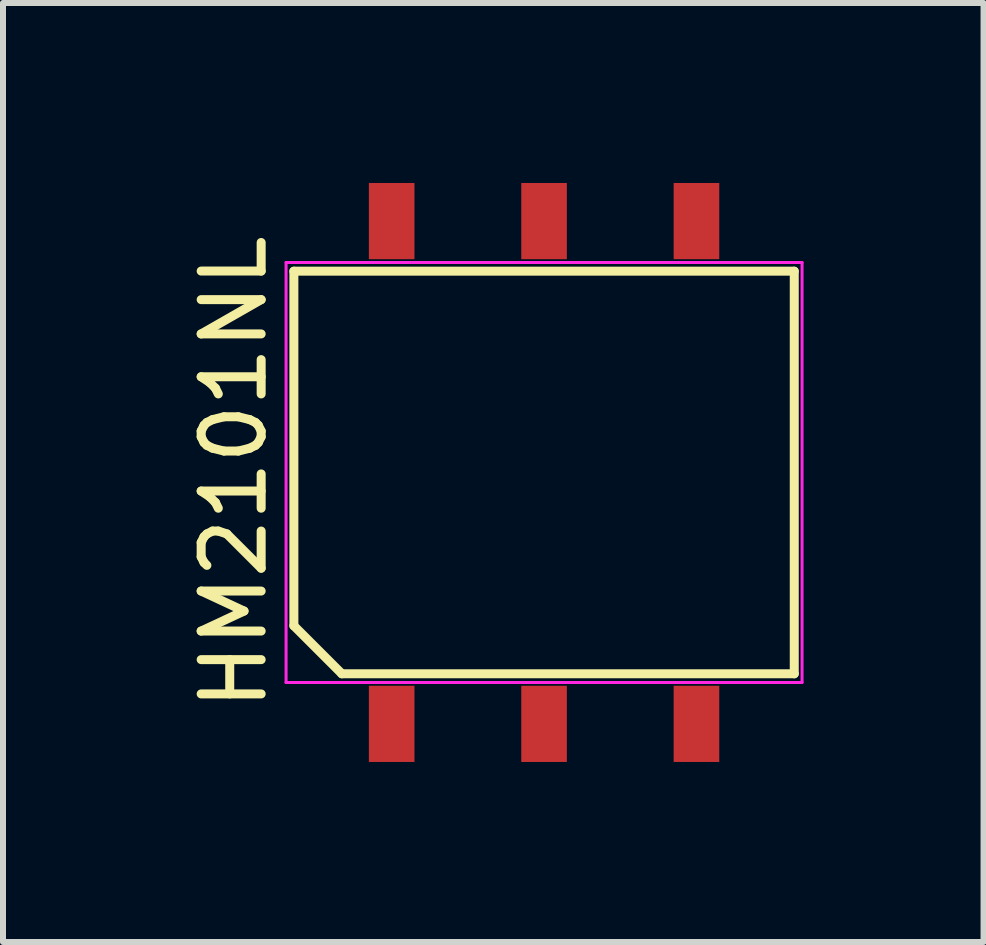
<source format=kicad_pcb>
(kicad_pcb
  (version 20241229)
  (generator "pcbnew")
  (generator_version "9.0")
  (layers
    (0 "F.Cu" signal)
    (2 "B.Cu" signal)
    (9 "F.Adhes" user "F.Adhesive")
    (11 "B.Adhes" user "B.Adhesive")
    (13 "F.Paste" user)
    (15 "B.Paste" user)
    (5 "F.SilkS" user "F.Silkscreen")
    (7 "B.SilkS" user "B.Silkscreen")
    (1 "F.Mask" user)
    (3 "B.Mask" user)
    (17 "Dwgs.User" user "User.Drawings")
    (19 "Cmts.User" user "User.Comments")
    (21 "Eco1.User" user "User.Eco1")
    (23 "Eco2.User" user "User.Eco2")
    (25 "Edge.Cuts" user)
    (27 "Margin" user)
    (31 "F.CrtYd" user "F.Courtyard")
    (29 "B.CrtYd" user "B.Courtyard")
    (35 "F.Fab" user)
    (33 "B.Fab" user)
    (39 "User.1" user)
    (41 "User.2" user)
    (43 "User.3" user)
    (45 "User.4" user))
  (footprint "HM2101NL"
    (layer "F.Cu")
    (at 6.018 4.825)
    (property "Reference" "HM2101NL" (at -5.17 0 90) (layer "F.SilkS") (effects (font (size 1 1) (thickness 0.15))))
    (attr smd)
    (fp_line (start -4.17 -3.355) (end 4.17 -3.355) (stroke (width 0.15) (type solid)) (layer "F.SilkS"))
    (fp_line (start -4.17 2.555) (end -4.17 -3.355) (stroke (width 0.15) (type solid)) (layer "F.SilkS"))
    (fp_line (start -3.37 3.355) (end -4.17 2.555) (stroke (width 0.15) (type solid)) (layer "F.SilkS"))
    (fp_line (start 4.17 -3.355) (end 4.17 3.355) (stroke (width 0.15) (type solid)) (layer "F.SilkS"))
    (fp_line (start 4.17 3.355) (end -3.37 3.355) (stroke (width 0.15) (type solid)) (layer "F.SilkS"))
    (fp_line (start -4.3 -3.5) (end 4.3 -3.5) (stroke (width 0.05) (type solid)) (layer "F.CrtYd"))
    (fp_line (start -4.3 3.5) (end -4.3 -3.5) (stroke (width 0.05) (type solid)) (layer "F.CrtYd"))
    (fp_line (start 4.3 -3.5) (end 4.3 3.5) (stroke (width 0.05) (type solid)) (layer "F.CrtYd"))
    (fp_line (start 4.3 3.5) (end -4.3 3.5) (stroke (width 0.05) (type solid)) (layer "F.CrtYd"))
    (pad "1" smd rect (at -2.54 4.19) (size 0.76 1.27) (layers "F.Cu" "F.Mask" "F.Paste"))
    (pad "2" smd rect (at 0 4.19) (size 0.76 1.27) (layers "F.Cu" "F.Mask" "F.Paste"))
    (pad "3" smd rect (at 2.54 4.19) (size 0.76 1.27) (layers "F.Cu" "F.Mask" "F.Paste"))
    (pad "4" smd rect (at 2.54 -4.19) (size 0.76 1.27) (layers "F.Cu" "F.Mask" "F.Paste"))
    (pad "5" smd rect (at 0 -4.19) (size 0.76 1.27) (layers "F.Cu" "F.Mask" "F.Paste"))
    (pad "6" smd rect (at -2.54 -4.19) (size 0.76 1.27) (layers "F.Cu" "F.Mask" "F.Paste")))
  (gr_rect
    (start -3 -3)
    (end 13.343 12.65)
    (stroke (width 0.1) (type default))
    (fill no)
    (layer "Edge.Cuts")))
</source>
